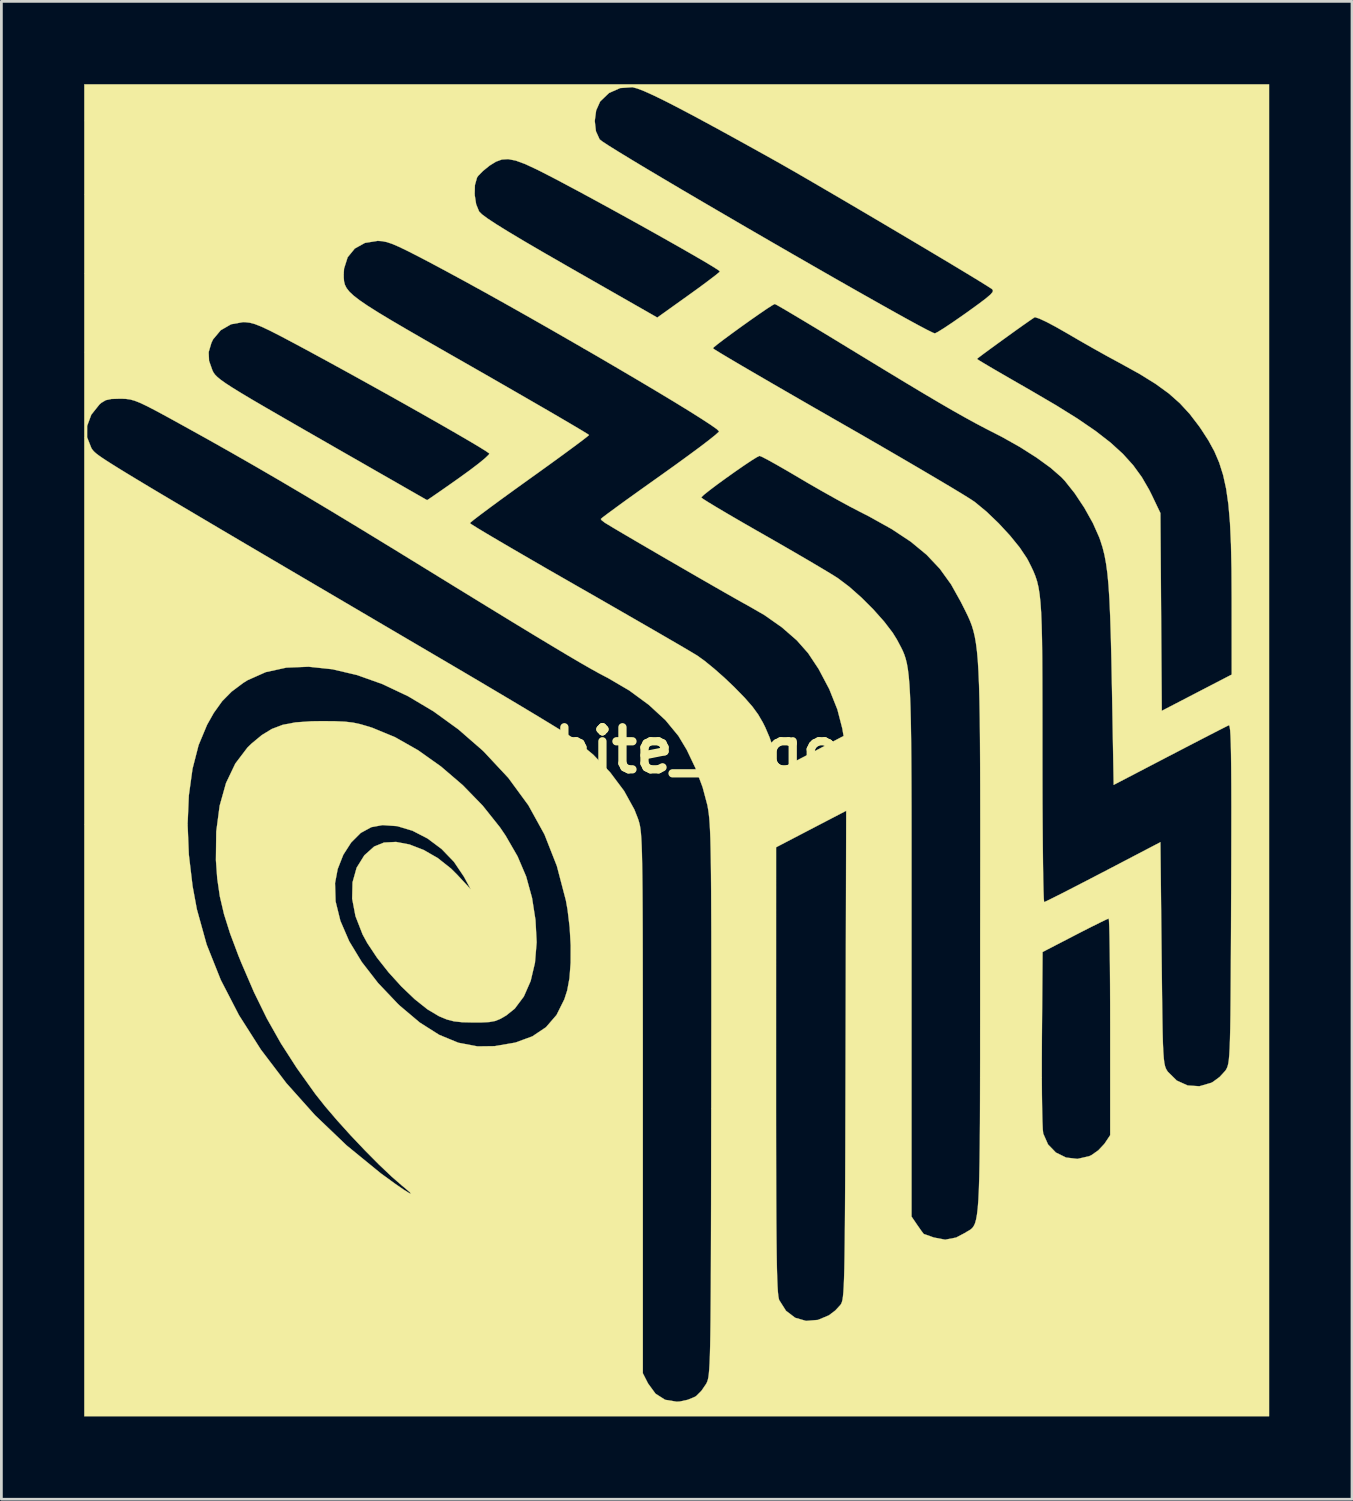
<source format=kicad_pcb>
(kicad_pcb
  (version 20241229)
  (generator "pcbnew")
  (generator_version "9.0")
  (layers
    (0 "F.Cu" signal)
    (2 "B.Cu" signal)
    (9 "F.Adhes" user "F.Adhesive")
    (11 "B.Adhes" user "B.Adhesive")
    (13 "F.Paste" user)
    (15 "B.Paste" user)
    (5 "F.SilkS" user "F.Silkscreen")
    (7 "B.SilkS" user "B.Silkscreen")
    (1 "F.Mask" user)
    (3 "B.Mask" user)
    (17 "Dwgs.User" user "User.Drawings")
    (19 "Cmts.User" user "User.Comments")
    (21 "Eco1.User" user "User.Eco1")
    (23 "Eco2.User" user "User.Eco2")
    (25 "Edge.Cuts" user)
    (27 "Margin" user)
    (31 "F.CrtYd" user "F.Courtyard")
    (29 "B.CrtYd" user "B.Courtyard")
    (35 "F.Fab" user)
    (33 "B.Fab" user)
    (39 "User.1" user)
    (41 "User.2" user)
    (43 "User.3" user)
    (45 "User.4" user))
  (footprint "white_logo"
    (layer "F.Cu")
    (at 21.426 24.135)
    (property "Reference" "white_logo" (at 0 0 0) (layer "F.SilkS") (effects (font (size 1.524 1.524) (thickness 0.3))))
    (attr through_hole)
    (fp_poly (pts (xy 21.505 24.13) (xy -21.421 24.13) (xy -21.421 2.677) (xy -17.679 2.677) (xy -17.634 3.781) (xy -17.498 4.924) (xy -17.344 5.757) (xy -16.989 7.036) (xy -16.477 8.32) (xy -15.818 9.596) (xy -15.022 10.847) (xy -14.1 12.06) (xy -13.062 13.221) (xy -11.919 14.314) (xy -10.681 15.326) (xy -10.156 15.708) (xy -9.846 15.921) (xy -9.653 16.042) (xy -9.581 16.071) (xy -9.636 16.005) (xy -9.822 15.844) (xy -9.906 15.776) (xy -10.295 15.437) (xy -10.757 14.998) (xy -11.259 14.491) (xy -11.772 13.95) (xy -12.262 13.407) (xy -12.7 12.895) (xy -13.054 12.448) (xy -13.06 12.439) (xy -13.727 11.505) (xy -14.3 10.614) (xy -14.807 9.716) (xy -15.274 8.762) (xy -15.731 7.702) (xy -15.84 7.433) (xy -16.139 6.637) (xy -16.359 5.939) (xy -16.511 5.291) (xy -16.605 4.647) (xy -16.653 3.979) (xy -16.641 2.944) (xy -16.518 2.01) (xy -16.287 1.186) (xy -15.95 0.48) (xy -15.51 -0.1) (xy -15.365 -0.241) (xy -14.991 -0.551) (xy -14.626 -0.774) (xy -14.23 -0.924) (xy -13.765 -1.012) (xy -13.193 -1.052) (xy -12.827 -1.057) (xy -12.346 -1.054) (xy -11.983 -1.038) (xy -11.688 -1.004) (xy -11.408 -0.943) (xy -11.094 -0.851) (xy -10.979 -0.813) (xy -10.163 -0.476) (xy -9.326 -0.001) (xy -8.498 0.587) (xy -7.708 1.264) (xy -6.986 2.007) (xy -6.361 2.791) (xy -6.158 3.09) (xy -5.724 3.841) (xy -5.412 4.573) (xy -5.199 5.348) (xy -5.074 6.149) (xy -5.032 6.954) (xy -5.093 7.697) (xy -5.249 8.358) (xy -5.495 8.919) (xy -5.825 9.36) (xy -6.132 9.606) (xy -6.347 9.731) (xy -6.535 9.807) (xy -6.749 9.846) (xy -7.042 9.861) (xy -7.317 9.862) (xy -7.725 9.853) (xy -8.027 9.82) (xy -8.283 9.754) (xy -8.556 9.641) (xy -8.575 9.632) (xy -8.989 9.385) (xy -9.45 9.018) (xy -9.928 8.562) (xy -10.393 8.05) (xy -10.817 7.513) (xy -11.169 6.983) (xy -11.338 6.672) (xy -11.596 6.01) (xy -11.717 5.374) (xy -11.703 4.784) (xy -11.555 4.255) (xy -11.276 3.806) (xy -10.92 3.487) (xy -10.563 3.342) (xy -10.127 3.32) (xy -9.64 3.412) (xy -9.127 3.61) (xy -8.617 3.903) (xy -8.135 4.284) (xy -7.909 4.509) (xy -7.418 5.038) (xy -7.667 4.578) (xy -8.028 4.041) (xy -8.476 3.576) (xy -8.986 3.195) (xy -9.531 2.914) (xy -10.083 2.748) (xy -10.616 2.71) (xy -11.023 2.785) (xy -11.407 2.995) (xy -11.752 3.34) (xy -12.038 3.786) (xy -12.241 4.302) (xy -12.337 4.811) (xy -12.317 5.474) (xy -12.143 6.18) (xy -11.824 6.918) (xy -11.367 7.672) (xy -10.778 8.432) (xy -10.065 9.182) (xy -9.984 9.259) (xy -9.265 9.865) (xy -8.564 10.309) (xy -7.871 10.595) (xy -7.175 10.727) (xy -6.555 10.719) (xy -5.805 10.59) (xy -5.188 10.364) (xy -4.694 10.033) (xy -4.311 9.589) (xy -4.029 9.023) (xy -3.925 8.701) (xy -3.843 8.259) (xy -3.801 7.699) (xy -3.799 7.068) (xy -3.836 6.413) (xy -3.912 5.779) (xy -3.972 5.441) (xy -4.3 4.191) (xy -4.749 3.048) (xy -5.332 1.991) (xy -6.058 1) (xy -6.94 0.055) (xy -7.006 -0.008) (xy -7.87 -0.76) (xy -8.769 -1.411) (xy -9.69 -1.959) (xy -10.617 -2.398) (xy -11.537 -2.726) (xy -12.434 -2.937) (xy -13.295 -3.028) (xy -14.104 -2.995) (xy -14.847 -2.833) (xy -15.51 -2.538) (xy -15.661 -2.443) (xy -16.084 -2.126) (xy -16.426 -1.78) (xy -16.729 -1.357) (xy -16.973 -0.925) (xy -17.28 -0.19) (xy -17.501 0.67) (xy -17.634 1.633) (xy -17.679 2.677) (xy -21.421 2.677) (xy -21.421 -11.341) (xy -21.32 -11.341) (xy -21.165 -10.95) (xy -21.145 -10.919) (xy -21.12 -10.883) (xy -21.088 -10.845) (xy -21.045 -10.802) (xy -20.984 -10.749) (xy -20.898 -10.684) (xy -20.782 -10.603) (xy -20.627 -10.5) (xy -20.429 -10.374) (xy -20.181 -10.219) (xy -19.876 -10.032) (xy -19.508 -9.809) (xy -19.071 -9.546) (xy -18.558 -9.24) (xy -17.962 -8.887) (xy -17.278 -8.482) (xy -16.499 -8.021) (xy -15.619 -7.502) (xy -14.63 -6.92) (xy -13.528 -6.272) (xy -12.304 -5.553) (xy -10.954 -4.759) (xy -9.47 -3.887) (xy -7.912 -2.972) (xy -7.164 -2.531) (xy -6.449 -2.107) (xy -5.781 -1.71) (xy -5.177 -1.348) (xy -4.652 -1.03) (xy -4.223 -0.768) (xy -3.904 -0.569) (xy -3.711 -0.443) (xy -3.682 -0.423) (xy -2.98 0.16) (xy -2.367 0.801) (xy -1.863 1.473) (xy -1.491 2.147) (xy -1.362 2.474) (xy -1.335 2.556) (xy -1.311 2.64) (xy -1.289 2.736) (xy -1.271 2.854) (xy -1.254 3.002) (xy -1.24 3.191) (xy -1.228 3.43) (xy -1.218 3.729) (xy -1.21 4.097) (xy -1.203 4.544) (xy -1.197 5.08) (xy -1.193 5.713) (xy -1.19 6.454) (xy -1.188 7.312) (xy -1.187 8.298) (xy -1.186 9.419) (xy -1.185 10.687) (xy -1.185 12.11) (xy -1.185 12.783) (xy -1.185 22.57) (xy -0.995 22.942) (xy -0.726 23.31) (xy -0.378 23.532) (xy 0.041 23.601) (xy 0.158 23.594) (xy 0.447 23.531) (xy 0.703 23.424) (xy 0.751 23.393) (xy 0.938 23.206) (xy 1.107 22.959) (xy 1.128 22.921) (xy 1.151 22.867) (xy 1.172 22.8) (xy 1.191 22.71) (xy 1.207 22.587) (xy 1.221 22.422) (xy 1.234 22.207) (xy 1.245 21.931) (xy 1.254 21.586) (xy 1.262 21.162) (xy 1.269 20.65) (xy 1.274 20.04) (xy 1.279 19.324) (xy 1.282 18.491) (xy 1.285 17.534) (xy 1.288 16.442) (xy 1.29 15.205) (xy 1.292 13.816) (xy 1.294 12.681) (xy 1.295 11.581) (xy 3.642 11.581) (xy 3.642 12.97) (xy 3.643 14.199) (xy 3.645 15.278) (xy 3.648 16.216) (xy 3.652 17.022) (xy 3.658 17.707) (xy 3.665 18.28) (xy 3.673 18.749) (xy 3.684 19.126) (xy 3.696 19.418) (xy 3.71 19.636) (xy 3.727 19.789) (xy 3.746 19.887) (xy 3.757 19.921) (xy 4.002 20.307) (xy 4.335 20.561) (xy 4.729 20.674) (xy 5.16 20.638) (xy 5.556 20.472) (xy 5.789 20.296) (xy 5.978 20.091) (xy 5.983 20.083) (xy 6.008 20.04) (xy 6.03 19.983) (xy 6.05 19.901) (xy 6.067 19.785) (xy 6.082 19.625) (xy 6.095 19.411) (xy 6.106 19.134) (xy 6.116 18.783) (xy 6.124 18.349) (xy 6.131 17.823) (xy 6.137 17.193) (xy 6.142 16.451) (xy 6.147 15.587) (xy 6.151 14.59) (xy 6.154 13.452) (xy 6.158 12.161) (xy 6.161 11.022) (xy 6.184 2.19) (xy 4.913 2.852) (xy 3.643 3.514) (xy 3.642 11.581) (xy 1.295 11.581) (xy 1.295 11.167) (xy 1.297 9.811) (xy 1.297 8.606) (xy 1.297 7.541) (xy 1.296 6.606) (xy 1.293 5.792) (xy 1.29 5.089) (xy 1.285 4.488) (xy 1.279 3.978) (xy 1.271 3.549) (xy 1.262 3.193) (xy 1.25 2.9) (xy 1.237 2.659) (xy 1.222 2.461) (xy 1.204 2.297) (xy 1.184 2.156) (xy 1.162 2.028) (xy 1.155 1.99) (xy 0.981 1.337) (xy 0.722 0.644) (xy 0.407 -0.017) (xy 0.102 -0.525) (xy -0.364 -1.091) (xy -0.967 -1.646) (xy -1.676 -2.167) (xy -2.459 -2.626) (xy -2.536 -2.665) (xy -2.773 -2.79) (xy -3.077 -2.959) (xy -3.457 -3.177) (xy -3.921 -3.45) (xy -4.478 -3.783) (xy -5.137 -4.18) (xy -5.905 -4.647) (xy -6.791 -5.189) (xy -7.805 -5.811) (xy -8.91 -6.491) (xy -10.198 -7.282) (xy -11.364 -7.994) (xy -12.429 -8.639) (xy -13.414 -9.228) (xy -14.337 -9.773) (xy -15.221 -10.287) (xy -16.086 -10.782) (xy -16.951 -11.27) (xy -17.78 -11.73) (xy -18.349 -12.044) (xy -18.792 -12.284) (xy -19.132 -12.461) (xy -19.391 -12.585) (xy -19.593 -12.665) (xy -19.758 -12.711) (xy -19.911 -12.732) (xy -20.072 -12.739) (xy -20.123 -12.739) (xy -20.437 -12.73) (xy -20.643 -12.686) (xy -20.803 -12.591) (xy -20.872 -12.531) (xy -21.168 -12.16) (xy -21.319 -11.753) (xy -21.32 -11.341) (xy -21.421 -11.341) (xy -21.421 -14.428) (xy -16.916 -14.428) (xy -16.902 -14.113) (xy -16.78 -13.767) (xy -16.741 -13.689) (xy -16.685 -13.611) (xy -16.6 -13.525) (xy -16.475 -13.423) (xy -16.298 -13.297) (xy -16.055 -13.139) (xy -15.735 -12.942) (xy -15.325 -12.697) (xy -14.813 -12.398) (xy -14.187 -12.036) (xy -13.435 -11.603) (xy -12.825 -11.253) (xy -12.092 -10.832) (xy -11.404 -10.439) (xy -10.777 -10.079) (xy -10.222 -9.762) (xy -9.755 -9.494) (xy -9.388 -9.284) (xy -9.136 -9.14) (xy -9.012 -9.07) (xy -9.001 -9.064) (xy -8.93 -9.109) (xy -8.745 -9.236) (xy -8.467 -9.428) (xy -8.12 -9.671) (xy -7.831 -9.875) (xy -7.454 -10.148) (xy -7.136 -10.39) (xy -6.9 -10.584) (xy -6.766 -10.712) (xy -6.746 -10.754) (xy -6.869 -10.84) (xy -7.123 -10.998) (xy -7.493 -11.218) (xy -7.962 -11.491) (xy -8.513 -11.808) (xy -9.131 -12.159) (xy -9.798 -12.536) (xy -10.498 -12.928) (xy -11.214 -13.326) (xy -11.93 -13.722) (xy -12.629 -14.105) (xy -13.295 -14.467) (xy -13.785 -14.73) (xy -14.306 -15.006) (xy -14.704 -15.209) (xy -15.006 -15.351) (xy -15.237 -15.442) (xy -15.421 -15.492) (xy -15.585 -15.511) (xy -15.669 -15.514) (xy -16.104 -15.436) (xy -16.478 -15.22) (xy -16.755 -14.89) (xy -16.815 -14.766) (xy -16.916 -14.428) (xy -21.421 -14.428) (xy -21.421 -17.272) (xy -12.022 -17.272) (xy -12.021 -17.125) (xy -12.011 -16.993) (xy -11.98 -16.87) (xy -11.919 -16.747) (xy -11.817 -16.617) (xy -11.662 -16.472) (xy -11.444 -16.304) (xy -11.153 -16.105) (xy -10.778 -15.868) (xy -10.307 -15.584) (xy -9.731 -15.246) (xy -9.039 -14.846) (xy -8.219 -14.376) (xy -7.42 -13.92) (xy -6.641 -13.474) (xy -5.908 -13.052) (xy -5.234 -12.663) (xy -4.63 -12.314) (xy -4.111 -12.011) (xy -3.689 -11.763) (xy -3.378 -11.578) (xy -3.189 -11.462) (xy -3.135 -11.424) (xy -3.201 -11.365) (xy -3.388 -11.22) (xy -3.681 -11.001) (xy -4.061 -10.721) (xy -4.514 -10.392) (xy -5.023 -10.025) (xy -5.292 -9.833) (xy -5.822 -9.452) (xy -6.305 -9.102) (xy -6.724 -8.794) (xy -7.063 -8.541) (xy -7.305 -8.356) (xy -7.433 -8.25) (xy -7.45 -8.23) (xy -7.378 -8.178) (xy -7.173 -8.05) (xy -6.848 -7.854) (xy -6.416 -7.599) (xy -5.892 -7.292) (xy -5.289 -6.942) (xy -4.621 -6.555) (xy -3.9 -6.142) (xy -3.599 -5.969) (xy -2.84 -5.535) (xy -2.111 -5.116) (xy -1.427 -4.722) (xy -0.804 -4.363) (xy -0.259 -4.047) (xy 0.192 -3.785) (xy 0.533 -3.584) (xy 0.747 -3.456) (xy 0.782 -3.435) (xy 1.051 -3.242) (xy 1.392 -2.964) (xy 1.763 -2.637) (xy 2.12 -2.298) (xy 2.126 -2.292) (xy 2.503 -1.906) (xy 2.781 -1.589) (xy 2.991 -1.302) (xy 3.165 -1.004) (xy 3.251 -0.831) (xy 3.407 -0.466) (xy 3.534 -0.096) (xy 3.608 0.208) (xy 3.613 0.249) (xy 3.656 0.492) (xy 3.708 0.647) (xy 3.739 0.677) (xy 3.837 0.64) (xy 4.056 0.536) (xy 4.369 0.38) (xy 4.747 0.186) (xy 4.952 0.079) (xy 6.089 -0.519) (xy 6.043 -0.789) (xy 5.864 -1.48) (xy 5.57 -2.217) (xy 5.184 -2.947) (xy 4.804 -3.52) (xy 4.392 -3.986) (xy 3.852 -4.456) (xy 3.223 -4.898) (xy 2.667 -5.219) (xy 2.482 -5.321) (xy 2.174 -5.494) (xy 1.766 -5.726) (xy 1.283 -6.003) (xy 0.747 -6.311) (xy 0.182 -6.638) (xy -0.389 -6.968) (xy -0.942 -7.29) (xy -1.454 -7.589) (xy -1.901 -7.851) (xy -2.261 -8.064) (xy -2.509 -8.214) (xy -2.56 -8.245) (xy -2.68 -8.338) (xy -2.707 -8.381) (xy -2.64 -8.439) (xy -2.451 -8.582) (xy -2.157 -8.798) (xy -1.775 -9.076) (xy -1.657 -9.16) (xy 0.932 -9.16) (xy 1.003 -9.105) (xy 1.204 -8.978) (xy 1.516 -8.789) (xy 1.922 -8.549) (xy 2.403 -8.269) (xy 2.941 -7.96) (xy 3.155 -7.838) (xy 3.741 -7.503) (xy 4.305 -7.177) (xy 4.822 -6.876) (xy 5.268 -6.612) (xy 5.619 -6.401) (xy 5.852 -6.256) (xy 5.884 -6.235) (xy 6.295 -5.925) (xy 6.734 -5.536) (xy 7.167 -5.104) (xy 7.556 -4.667) (xy 7.867 -4.261) (xy 8.02 -4.014) (xy 8.099 -3.866) (xy 8.17 -3.732) (xy 8.233 -3.604) (xy 8.289 -3.469) (xy 8.338 -3.32) (xy 8.381 -3.147) (xy 8.417 -2.939) (xy 8.448 -2.687) (xy 8.474 -2.382) (xy 8.495 -2.013) (xy 8.512 -1.572) (xy 8.525 -1.047) (xy 8.535 -0.431) (xy 8.542 0.288) (xy 8.547 1.119) (xy 8.55 2.07) (xy 8.551 3.154) (xy 8.551 4.377) (xy 8.551 5.752) (xy 8.551 7.195) (xy 8.551 16.894) (xy 8.766 17.21) (xy 8.898 17.399) (xy 8.984 17.513) (xy 8.999 17.527) (xy 9.082 17.554) (xy 9.268 17.62) (xy 9.356 17.652) (xy 9.769 17.731) (xy 10.167 17.654) (xy 10.467 17.496) (xy 10.551 17.445) (xy 10.627 17.402) (xy 10.694 17.36) (xy 10.753 17.307) (xy 10.805 17.236) (xy 10.851 17.138) (xy 10.889 17.002) (xy 10.922 16.821) (xy 10.95 16.585) (xy 10.973 16.284) (xy 10.991 15.911) (xy 11.005 15.455) (xy 11.016 14.908) (xy 11.024 14.261) (xy 11.03 13.504) (xy 11.033 12.629) (xy 11.035 11.626) (xy 11.036 11.174) (xy 13.271 11.174) (xy 13.271 11.856) (xy 13.275 12.474) (xy 13.283 13.007) (xy 13.293 13.434) (xy 13.306 13.734) (xy 13.322 13.885) (xy 13.322 13.885) (xy 13.497 14.281) (xy 13.784 14.576) (xy 14.15 14.755) (xy 14.561 14.804) (xy 14.985 14.707) (xy 15.069 14.668) (xy 15.317 14.494) (xy 15.535 14.262) (xy 15.556 14.233) (xy 15.748 13.945) (xy 15.748 10.02) (xy 15.747 9.223) (xy 15.744 8.481) (xy 15.739 7.809) (xy 15.732 7.225) (xy 15.724 6.745) (xy 15.715 6.386) (xy 15.704 6.164) (xy 15.694 6.096) (xy 15.604 6.133) (xy 15.392 6.235) (xy 15.082 6.389) (xy 14.704 6.581) (xy 14.47 6.702) (xy 13.299 7.308) (xy 13.274 10.448) (xy 13.271 11.174) (xy 11.036 11.174) (xy 11.036 10.487) (xy 11.037 9.202) (xy 11.037 7.762) (xy 11.037 6.823) (xy 11.039 5.255) (xy 11.04 3.847) (xy 11.04 2.589) (xy 11.039 1.471) (xy 11.036 0.483) (xy 11.031 -0.383) (xy 11.024 -1.139) (xy 11.012 -1.792) (xy 10.997 -2.354) (xy 10.977 -2.834) (xy 10.953 -3.241) (xy 10.922 -3.585) (xy 10.885 -3.876) (xy 10.842 -4.123) (xy 10.791 -4.336) (xy 10.733 -4.526) (xy 10.666 -4.7) (xy 10.59 -4.87) (xy 10.505 -5.045) (xy 10.409 -5.235) (xy 10.338 -5.376) (xy 9.983 -6.013) (xy 9.577 -6.576) (xy 9.098 -7.084) (xy 8.524 -7.558) (xy 7.834 -8.015) (xy 7.006 -8.477) (xy 6.695 -8.635) (xy 6.316 -8.832) (xy 5.839 -9.092) (xy 5.313 -9.387) (xy 4.784 -9.691) (xy 4.478 -9.872) (xy 4.048 -10.125) (xy 3.665 -10.345) (xy 3.354 -10.518) (xy 3.139 -10.63) (xy 3.046 -10.668) (xy 2.947 -10.621) (xy 2.745 -10.496) (xy 2.47 -10.312) (xy 2.151 -10.091) (xy 1.818 -9.854) (xy 1.5 -9.623) (xy 1.228 -9.417) (xy 1.03 -9.259) (xy 0.936 -9.169) (xy 0.932 -9.16) (xy -1.657 -9.16) (xy -1.32 -9.402) (xy -0.81 -9.765) (xy -0.552 -9.948) (xy -0.023 -10.326) (xy 0.458 -10.676) (xy 0.874 -10.983) (xy 1.208 -11.238) (xy 1.443 -11.426) (xy 1.565 -11.536) (xy 1.577 -11.557) (xy 1.495 -11.637) (xy 1.277 -11.791) (xy 0.939 -12.012) (xy 0.494 -12.292) (xy -0.045 -12.623) (xy -0.665 -12.996) (xy -1.352 -13.405) (xy -2.092 -13.841) (xy -2.871 -14.297) (xy -3.337 -14.566) (xy 1.355 -14.566) (xy 1.426 -14.516) (xy 1.632 -14.389) (xy 1.96 -14.193) (xy 2.397 -13.935) (xy 2.932 -13.623) (xy 3.55 -13.264) (xy 4.24 -12.865) (xy 4.989 -12.433) (xy 5.784 -11.977) (xy 5.859 -11.934) (xy 6.676 -11.466) (xy 7.46 -11.013) (xy 8.198 -10.584) (xy 8.875 -10.188) (xy 9.477 -9.833) (xy 9.989 -9.529) (xy 10.397 -9.282) (xy 10.686 -9.102) (xy 10.841 -8.999) (xy 11.266 -8.648) (xy 11.703 -8.229) (xy 12.116 -7.783) (xy 12.47 -7.347) (xy 12.73 -6.959) (xy 12.783 -6.861) (xy 12.882 -6.665) (xy 12.967 -6.485) (xy 13.039 -6.308) (xy 13.1 -6.121) (xy 13.15 -5.909) (xy 13.19 -5.659) (xy 13.222 -5.358) (xy 13.247 -4.991) (xy 13.265 -4.544) (xy 13.278 -4.006) (xy 13.286 -3.36) (xy 13.29 -2.595) (xy 13.292 -1.696) (xy 13.293 -0.649) (xy 13.293 0.06) (xy 13.294 1.003) (xy 13.296 1.894) (xy 13.301 2.719) (xy 13.307 3.463) (xy 13.314 4.114) (xy 13.322 4.656) (xy 13.332 5.076) (xy 13.342 5.359) (xy 13.353 5.491) (xy 13.356 5.5) (xy 13.445 5.461) (xy 13.664 5.353) (xy 13.993 5.188) (xy 14.412 4.973) (xy 14.902 4.72) (xy 15.443 4.439) (xy 15.494 4.413) (xy 17.568 3.329) (xy 17.611 7.359) (xy 17.621 8.288) (xy 17.63 9.064) (xy 17.639 9.7) (xy 17.648 10.213) (xy 17.659 10.617) (xy 17.673 10.926) (xy 17.69 11.157) (xy 17.71 11.325) (xy 17.736 11.444) (xy 17.767 11.53) (xy 17.804 11.598) (xy 17.841 11.651) (xy 18.161 11.966) (xy 18.553 12.143) (xy 18.98 12.172) (xy 19.407 12.048) (xy 19.469 12.015) (xy 19.716 11.833) (xy 19.919 11.611) (xy 19.947 11.57) (xy 19.977 11.513) (xy 20.004 11.444) (xy 20.027 11.349) (xy 20.047 11.218) (xy 20.063 11.038) (xy 20.077 10.798) (xy 20.088 10.485) (xy 20.098 10.087) (xy 20.106 9.592) (xy 20.112 8.989) (xy 20.117 8.265) (xy 20.122 7.408) (xy 20.127 6.407) (xy 20.131 5.249) (xy 20.132 5.176) (xy 20.136 3.975) (xy 20.138 2.934) (xy 20.139 2.042) (xy 20.137 1.29) (xy 20.133 0.667) (xy 20.127 0.164) (xy 20.119 -0.229) (xy 20.108 -0.523) (xy 20.095 -0.726) (xy 20.078 -0.85) (xy 20.059 -0.904) (xy 20.047 -0.907) (xy 19.946 -0.858) (xy 19.715 -0.741) (xy 19.376 -0.567) (xy 18.948 -0.346) (xy 18.454 -0.09) (xy 17.913 0.192) (xy 17.907 0.194) (xy 15.875 1.253) (xy 15.813 -2.231) (xy 15.793 -3.252) (xy 15.772 -4.12) (xy 15.748 -4.853) (xy 15.721 -5.467) (xy 15.688 -5.979) (xy 15.648 -6.407) (xy 15.599 -6.766) (xy 15.542 -7.074) (xy 15.473 -7.349) (xy 15.391 -7.605) (xy 15.351 -7.717) (xy 15.121 -8.234) (xy 14.812 -8.787) (xy 14.46 -9.317) (xy 14.104 -9.765) (xy 13.983 -9.893) (xy 13.593 -10.234) (xy 13.08 -10.606) (xy 12.481 -10.987) (xy 11.832 -11.352) (xy 11.598 -11.472) (xy 11.24 -11.655) (xy 10.871 -11.85) (xy 10.474 -12.068) (xy 10.034 -12.316) (xy 9.535 -12.606) (xy 8.961 -12.945) (xy 8.296 -13.344) (xy 7.525 -13.811) (xy 6.919 -14.18) (xy 10.922 -14.18) (xy 10.992 -14.132) (xy 11.191 -14.012) (xy 11.498 -13.83) (xy 11.896 -13.599) (xy 12.364 -13.329) (xy 12.879 -13.033) (xy 13.793 -12.498) (xy 14.568 -12.015) (xy 15.218 -11.57) (xy 15.76 -11.149) (xy 16.209 -10.74) (xy 16.582 -10.327) (xy 16.894 -9.898) (xy 17.161 -9.438) (xy 17.265 -9.229) (xy 17.568 -8.594) (xy 17.593 -5.012) (xy 17.618 -1.43) (xy 18.884 -2.087) (xy 20.151 -2.744) (xy 20.15 -5.5) (xy 20.144 -6.556) (xy 20.125 -7.463) (xy 20.089 -8.24) (xy 20.032 -8.904) (xy 19.95 -9.477) (xy 19.84 -9.976) (xy 19.699 -10.422) (xy 19.523 -10.833) (xy 19.307 -11.228) (xy 19.049 -11.627) (xy 18.969 -11.743) (xy 18.631 -12.185) (xy 18.274 -12.573) (xy 17.871 -12.93) (xy 17.395 -13.276) (xy 16.816 -13.635) (xy 16.108 -14.027) (xy 16.044 -14.061) (xy 15.633 -14.284) (xy 15.139 -14.56) (xy 14.624 -14.854) (xy 14.152 -15.129) (xy 13.771 -15.346) (xy 13.439 -15.522) (xy 13.183 -15.641) (xy 13.033 -15.69) (xy 13.009 -15.688) (xy 12.877 -15.6) (xy 12.652 -15.443) (xy 12.364 -15.239) (xy 12.042 -15.007) (xy 11.714 -14.77) (xy 11.409 -14.548) (xy 11.156 -14.362) (xy 10.984 -14.232) (xy 10.922 -14.18) (xy 6.919 -14.18) (xy 6.63 -14.356) (xy 6.337 -14.534) (xy 5.729 -14.905) (xy 5.165 -15.247) (xy 4.663 -15.549) (xy 4.239 -15.802) (xy 3.909 -15.997) (xy 3.69 -16.123) (xy 3.598 -16.171) (xy 3.597 -16.171) (xy 3.507 -16.125) (xy 3.311 -15.999) (xy 3.039 -15.813) (xy 2.718 -15.589) (xy 2.377 -15.346) (xy 2.045 -15.105) (xy 1.749 -14.886) (xy 1.518 -14.71) (xy 1.38 -14.596) (xy 1.355 -14.566) (xy -3.337 -14.566) (xy -3.678 -14.763) (xy -4.497 -15.234) (xy -5.315 -15.7) (xy -6.119 -16.153) (xy -6.896 -16.587) (xy -7.632 -16.992) (xy -8.313 -17.361) (xy -8.681 -17.558) (xy -9.242 -17.854) (xy -9.678 -18.077) (xy -10.012 -18.239) (xy -10.265 -18.348) (xy -10.463 -18.414) (xy -10.626 -18.447) (xy -10.779 -18.457) (xy -10.798 -18.457) (xy -11.254 -18.384) (xy -11.621 -18.18) (xy -11.88 -17.863) (xy -12.01 -17.454) (xy -12.022 -17.272) (xy -21.421 -17.272) (xy -21.421 -20.131) (xy -7.278 -20.131) (xy -7.224 -19.784) (xy -7.117 -19.522) (xy -7.018 -19.423) (xy -6.815 -19.272) (xy -6.5 -19.064) (xy -6.066 -18.795) (xy -5.506 -18.46) (xy -4.812 -18.054) (xy -3.977 -17.574) (xy -3.807 -17.476) (xy -0.661 -15.679) (xy 0.474 -16.491) (xy 0.853 -16.764) (xy 1.177 -17.005) (xy 1.426 -17.194) (xy 1.575 -17.315) (xy 1.608 -17.351) (xy 1.536 -17.409) (xy 1.332 -17.538) (xy 1.014 -17.728) (xy 0.599 -17.969) (xy 0.105 -18.252) (xy -0.453 -18.567) (xy -1.055 -18.905) (xy -1.685 -19.255) (xy -2.326 -19.608) (xy -2.96 -19.954) (xy -3.57 -20.284) (xy -4.139 -20.587) (xy -4.452 -20.752) (xy -5.01 -21.037) (xy -5.447 -21.241) (xy -5.79 -21.367) (xy -6.064 -21.42) (xy -6.294 -21.405) (xy -6.507 -21.327) (xy -6.727 -21.191) (xy -6.756 -21.169) (xy -6.978 -20.989) (xy -7.147 -20.817) (xy -7.192 -20.752) (xy -7.269 -20.479) (xy -7.278 -20.131) (xy -21.421 -20.131) (xy -21.421 -22.804) (xy -2.927 -22.804) (xy -2.884 -22.429) (xy -2.751 -22.137) (xy -2.653 -22.06) (xy -2.423 -21.909) (xy -2.074 -21.691) (xy -1.619 -21.414) (xy -1.072 -21.085) (xy -0.445 -20.712) (xy 0.246 -20.303) (xy 0.99 -19.866) (xy 1.773 -19.409) (xy 2.581 -18.938) (xy 3.401 -18.463) (xy 4.22 -17.99) (xy 5.024 -17.528) (xy 5.8 -17.083) (xy 6.535 -16.665) (xy 7.216 -16.28) (xy 7.828 -15.936) (xy 8.359 -15.641) (xy 8.795 -15.403) (xy 9.123 -15.23) (xy 9.329 -15.129) (xy 9.398 -15.105) (xy 9.509 -15.161) (xy 9.729 -15.298) (xy 10.031 -15.499) (xy 10.387 -15.746) (xy 10.566 -15.872) (xy 10.964 -16.16) (xy 11.24 -16.368) (xy 11.41 -16.512) (xy 11.491 -16.608) (xy 11.499 -16.673) (xy 11.455 -16.72) (xy 11.269 -16.839) (xy 10.956 -17.033) (xy 10.533 -17.29) (xy 10.017 -17.601) (xy 9.428 -17.953) (xy 8.784 -18.337) (xy 8.101 -18.742) (xy 7.4 -19.157) (xy 6.698 -19.571) (xy 6.012 -19.974) (xy 5.362 -20.354) (xy 4.765 -20.702) (xy 4.239 -21.006) (xy 3.803 -21.255) (xy 3.556 -21.394) (xy 2.514 -21.973) (xy 1.609 -22.471) (xy 0.834 -22.891) (xy 0.18 -23.238) (xy -0.36 -23.516) (xy -0.795 -23.729) (xy -1.134 -23.882) (xy -1.383 -23.978) (xy -1.552 -24.023) (xy -1.568 -24.025) (xy -2.008 -23.994) (xy -2.411 -23.815) (xy -2.729 -23.51) (xy -2.732 -23.506) (xy -2.876 -23.185) (xy -2.927 -22.804) (xy -21.421 -22.804) (xy -21.421 -24.13) (xy 21.505 -24.13) (xy 21.505 24.13)) (stroke (width 0.01) (type solid)) (fill yes) (layer "F.SilkS")))
  (gr_rect
    (start -3 -3)
    (end 45.936 51.27)
    (stroke (width 0.1) (type default))
    (fill no)
    (layer "Edge.Cuts")))
</source>
